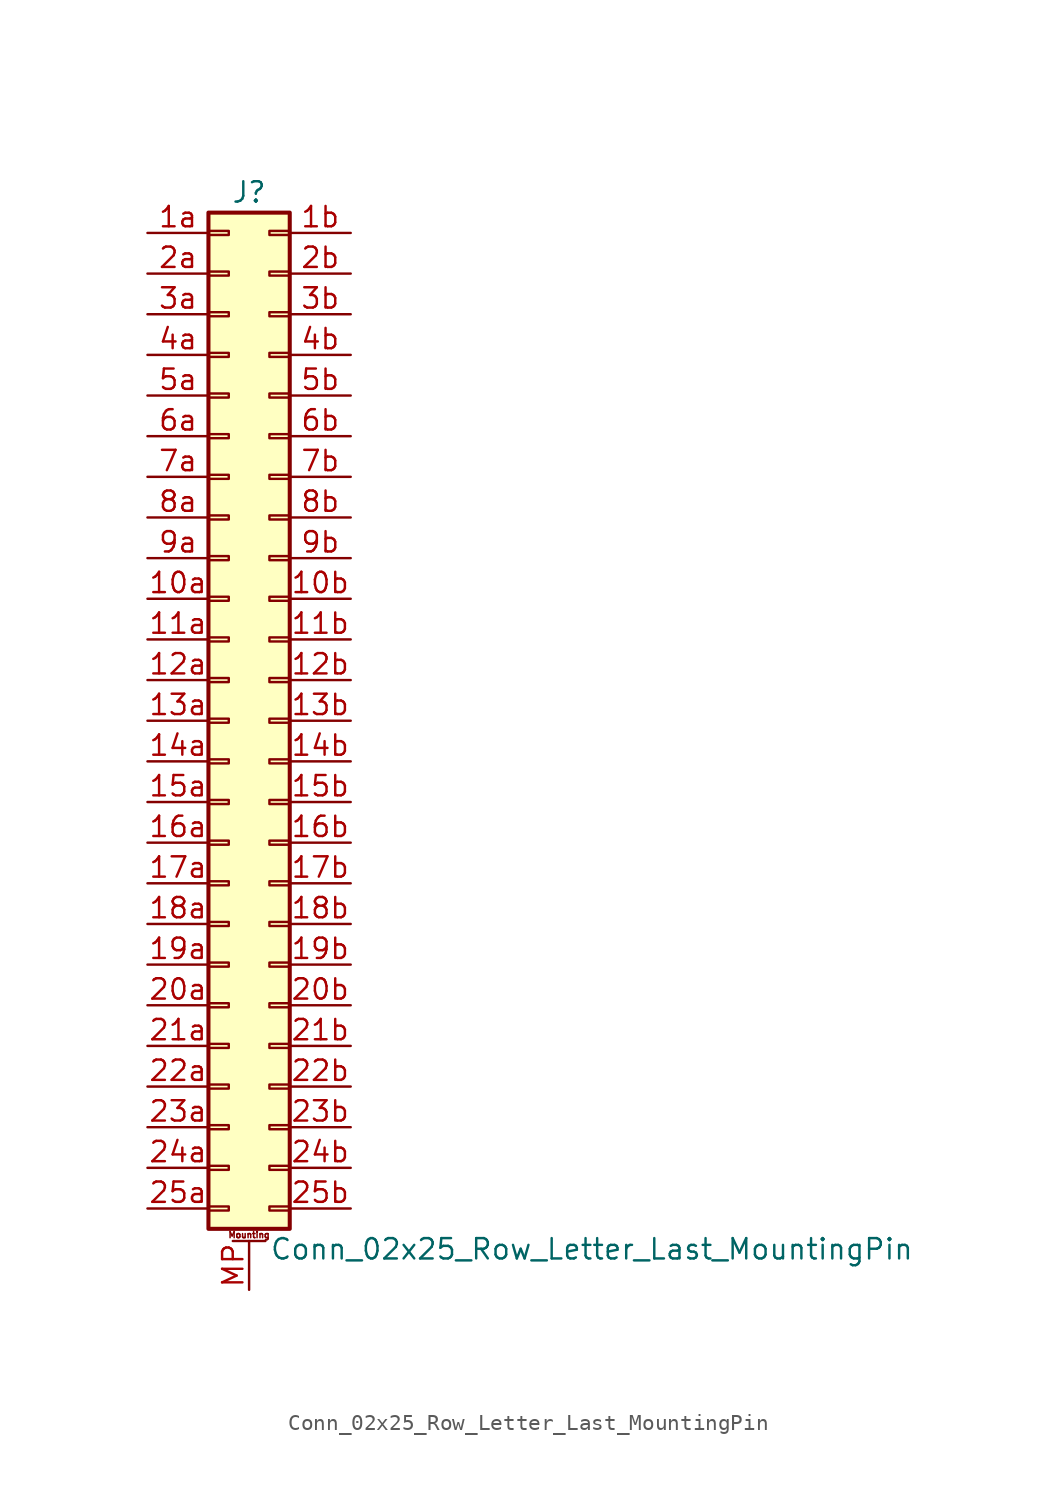
<source format=kicad_sym>
(kicad_symbol_lib
  (version 20201005)
  (generator kicad_symbol_editor)
  (symbol "Connector_Generic_MountingPin:Conn_02x25_Row_Letter_Last_MountingPin"
    (pin_names
      (offset 1.016) hide)
    (property "Reference" "J"
      (at 1.27 33.02 0)
      (effects (font (size 1.27 1.27))))
    (property "Value" "Conn_02x25_Row_Letter_Last_MountingPin"
      (at 2.54 -33.02 0)
      (effects (font (size 1.27 1.27)) (justify left)))
    (symbol "Conn_02x25_Row_Letter_Last_MountingPin_1_1"
      (text "Mounting" (at 1.27 -32.131 0) (effects (font (size 0.381 0.381))))
      (rectangle (start -1.27 -27.813) (end 0 -28.067) (stroke (width 0.152)) (fill (type none)))
      (rectangle (start -1.27 -30.353) (end 0 -30.607) (stroke (width 0.152)) (fill (type none)))
      (rectangle (start -1.27 -4.953) (end 0 -5.207) (stroke (width 0.152)) (fill (type none)))
      (rectangle (start -1.27 -7.493) (end 0 -7.747) (stroke (width 0.152)) (fill (type none)))
      (rectangle (start -1.27 -10.033) (end 0 -10.287) (stroke (width 0.152)) (fill (type none)))
      (rectangle (start -1.27 -12.573) (end 0 -12.827) (stroke (width 0.152)) (fill (type none)))
      (rectangle (start -1.27 -15.113) (end 0 -15.367) (stroke (width 0.152)) (fill (type none)))
      (rectangle (start -1.27 -17.653) (end 0 -17.907) (stroke (width 0.152)) (fill (type none)))
      (rectangle (start -1.27 -20.193) (end 0 -20.447) (stroke (width 0.152)) (fill (type none)))
      (rectangle (start -1.27 -22.733) (end 0 -22.987) (stroke (width 0.152)) (fill (type none)))
      (rectangle (start -1.27 -2.413) (end 0 -2.667) (stroke (width 0.152)) (fill (type none)))
      (rectangle (start -1.27 -25.273) (end 0 -25.527) (stroke (width 0.152)) (fill (type none)))
      (rectangle (start -1.27 25.527) (end 0 25.273) (stroke (width 0.152)) (fill (type none)))
      (rectangle (start -1.27 2.667) (end 0 2.413) (stroke (width 0.152)) (fill (type none)))
      (rectangle (start -1.27 28.067) (end 0 27.813) (stroke (width 0.152)) (fill (type none)))
      (rectangle (start -1.27 30.607) (end 0 30.353) (stroke (width 0.152)) (fill (type none)))
      (rectangle (start -1.27 31.75) (end 3.81 -31.75) (stroke (width 0.254)) (fill (type background)))
      (rectangle (start -1.27 5.207) (end 0 4.953) (stroke (width 0.152)) (fill (type none)))
      (rectangle (start -1.27 7.747) (end 0 7.493) (stroke (width 0.152)) (fill (type none)))
      (rectangle (start -1.27 10.287) (end 0 10.033) (stroke (width 0.152)) (fill (type none)))
      (rectangle (start -1.27 0.127) (end 0 -0.127) (stroke (width 0.152)) (fill (type none)))
      (rectangle (start -1.27 12.827) (end 0 12.573) (stroke (width 0.152)) (fill (type none)))
      (rectangle (start -1.27 15.367) (end 0 15.113) (stroke (width 0.152)) (fill (type none)))
      (rectangle (start -1.27 17.907) (end 0 17.653) (stroke (width 0.152)) (fill (type none)))
      (rectangle (start -1.27 20.447) (end 0 20.193) (stroke (width 0.152)) (fill (type none)))
      (rectangle (start -1.27 22.987) (end 0 22.733) (stroke (width 0.152)) (fill (type none)))
      (rectangle (start 3.81 -27.813) (end 2.54 -28.067) (stroke (width 0.152)) (fill (type none)))
      (rectangle (start 3.81 -30.353) (end 2.54 -30.607) (stroke (width 0.152)) (fill (type none)))
      (rectangle (start 3.81 -4.953) (end 2.54 -5.207) (stroke (width 0.152)) (fill (type none)))
      (rectangle (start 3.81 -7.493) (end 2.54 -7.747) (stroke (width 0.152)) (fill (type none)))
      (rectangle (start 3.81 -10.033) (end 2.54 -10.287) (stroke (width 0.152)) (fill (type none)))
      (rectangle (start 3.81 -12.573) (end 2.54 -12.827) (stroke (width 0.152)) (fill (type none)))
      (rectangle (start 3.81 -15.113) (end 2.54 -15.367) (stroke (width 0.152)) (fill (type none)))
      (rectangle (start 3.81 -17.653) (end 2.54 -17.907) (stroke (width 0.152)) (fill (type none)))
      (rectangle (start 3.81 -20.193) (end 2.54 -20.447) (stroke (width 0.152)) (fill (type none)))
      (rectangle (start 3.81 -22.733) (end 2.54 -22.987) (stroke (width 0.152)) (fill (type none)))
      (rectangle (start 3.81 -2.413) (end 2.54 -2.667) (stroke (width 0.152)) (fill (type none)))
      (rectangle (start 3.81 -25.273) (end 2.54 -25.527) (stroke (width 0.152)) (fill (type none)))
      (rectangle (start 3.81 25.527) (end 2.54 25.273) (stroke (width 0.152)) (fill (type none)))
      (rectangle (start 3.81 2.667) (end 2.54 2.413) (stroke (width 0.152)) (fill (type none)))
      (rectangle (start 3.81 28.067) (end 2.54 27.813) (stroke (width 0.152)) (fill (type none)))
      (rectangle (start 3.81 30.607) (end 2.54 30.353) (stroke (width 0.152)) (fill (type none)))
      (rectangle (start 3.81 5.207) (end 2.54 4.953) (stroke (width 0.152)) (fill (type none)))
      (rectangle (start 3.81 7.747) (end 2.54 7.493) (stroke (width 0.152)) (fill (type none)))
      (rectangle (start 3.81 10.287) (end 2.54 10.033) (stroke (width 0.152)) (fill (type none)))
      (rectangle (start 3.81 0.127) (end 2.54 -0.127) (stroke (width 0.152)) (fill (type none)))
      (rectangle (start 3.81 12.827) (end 2.54 12.573) (stroke (width 0.152)) (fill (type none)))
      (rectangle (start 3.81 15.367) (end 2.54 15.113) (stroke (width 0.152)) (fill (type none)))
      (rectangle (start 3.81 17.907) (end 2.54 17.653) (stroke (width 0.152)) (fill (type none)))
      (rectangle (start 3.81 20.447) (end 2.54 20.193) (stroke (width 0.152)) (fill (type none)))
      (rectangle (start 3.81 22.987) (end 2.54 22.733) (stroke (width 0.152)) (fill (type none)))
      (polyline (pts (xy 0.254 -32.512) (xy 2.286 -32.512)) (stroke (width 0.152)) (fill (type none)))
      (pin passive line (at 1.27 -35.56 90) (length 3.048) (name "MountPin" (effects (font (size 1.27 1.27)))) (number "MP" (effects (font (size 1.27 1.27)))))
      (pin passive line (at -5.08 7.62 0) (length 3.81) (name "Pin_10a" (effects (font (size 1.27 1.27)))) (number "10a" (effects (font (size 1.27 1.27)))))
      (pin passive line (at 7.62 7.62 180) (length 3.81) (name "Pin_10b" (effects (font (size 1.27 1.27)))) (number "10b" (effects (font (size 1.27 1.27)))))
      (pin passive line (at -5.08 5.08 0) (length 3.81) (name "Pin_11a" (effects (font (size 1.27 1.27)))) (number "11a" (effects (font (size 1.27 1.27)))))
      (pin passive line (at 7.62 5.08 180) (length 3.81) (name "Pin_11b" (effects (font (size 1.27 1.27)))) (number "11b" (effects (font (size 1.27 1.27)))))
      (pin passive line (at -5.08 2.54 0) (length 3.81) (name "Pin_12a" (effects (font (size 1.27 1.27)))) (number "12a" (effects (font (size 1.27 1.27)))))
      (pin passive line (at 7.62 2.54 180) (length 3.81) (name "Pin_12b" (effects (font (size 1.27 1.27)))) (number "12b" (effects (font (size 1.27 1.27)))))
      (pin passive line (at -5.08 0 0) (length 3.81) (name "Pin_13a" (effects (font (size 1.27 1.27)))) (number "13a" (effects (font (size 1.27 1.27)))))
      (pin passive line (at 7.62 0 180) (length 3.81) (name "Pin_13b" (effects (font (size 1.27 1.27)))) (number "13b" (effects (font (size 1.27 1.27)))))
      (pin passive line (at -5.08 -2.54 0) (length 3.81) (name "Pin_14a" (effects (font (size 1.27 1.27)))) (number "14a" (effects (font (size 1.27 1.27)))))
      (pin passive line (at 7.62 -2.54 180) (length 3.81) (name "Pin_14b" (effects (font (size 1.27 1.27)))) (number "14b" (effects (font (size 1.27 1.27)))))
      (pin passive line (at -5.08 -5.08 0) (length 3.81) (name "Pin_15a" (effects (font (size 1.27 1.27)))) (number "15a" (effects (font (size 1.27 1.27)))))
      (pin passive line (at 7.62 -5.08 180) (length 3.81) (name "Pin_15b" (effects (font (size 1.27 1.27)))) (number "15b" (effects (font (size 1.27 1.27)))))
      (pin passive line (at -5.08 -7.62 0) (length 3.81) (name "Pin_16a" (effects (font (size 1.27 1.27)))) (number "16a" (effects (font (size 1.27 1.27)))))
      (pin passive line (at 7.62 -7.62 180) (length 3.81) (name "Pin_16b" (effects (font (size 1.27 1.27)))) (number "16b" (effects (font (size 1.27 1.27)))))
      (pin passive line (at -5.08 -10.16 0) (length 3.81) (name "Pin_17a" (effects (font (size 1.27 1.27)))) (number "17a" (effects (font (size 1.27 1.27)))))
      (pin passive line (at 7.62 -10.16 180) (length 3.81) (name "Pin_17b" (effects (font (size 1.27 1.27)))) (number "17b" (effects (font (size 1.27 1.27)))))
      (pin passive line (at -5.08 -12.7 0) (length 3.81) (name "Pin_18a" (effects (font (size 1.27 1.27)))) (number "18a" (effects (font (size 1.27 1.27)))))
      (pin passive line (at 7.62 -12.7 180) (length 3.81) (name "Pin_18b" (effects (font (size 1.27 1.27)))) (number "18b" (effects (font (size 1.27 1.27)))))
      (pin passive line (at -5.08 -15.24 0) (length 3.81) (name "Pin_19a" (effects (font (size 1.27 1.27)))) (number "19a" (effects (font (size 1.27 1.27)))))
      (pin passive line (at 7.62 -15.24 180) (length 3.81) (name "Pin_19b" (effects (font (size 1.27 1.27)))) (number "19b" (effects (font (size 1.27 1.27)))))
      (pin passive line (at -5.08 30.48 0) (length 3.81) (name "Pin_1a" (effects (font (size 1.27 1.27)))) (number "1a" (effects (font (size 1.27 1.27)))))
      (pin passive line (at 7.62 30.48 180) (length 3.81) (name "Pin_1b" (effects (font (size 1.27 1.27)))) (number "1b" (effects (font (size 1.27 1.27)))))
      (pin passive line (at -5.08 -17.78 0) (length 3.81) (name "Pin_20a" (effects (font (size 1.27 1.27)))) (number "20a" (effects (font (size 1.27 1.27)))))
      (pin passive line (at 7.62 -17.78 180) (length 3.81) (name "Pin_20b" (effects (font (size 1.27 1.27)))) (number "20b" (effects (font (size 1.27 1.27)))))
      (pin passive line (at -5.08 -20.32 0) (length 3.81) (name "Pin_21a" (effects (font (size 1.27 1.27)))) (number "21a" (effects (font (size 1.27 1.27)))))
      (pin passive line (at 7.62 -20.32 180) (length 3.81) (name "Pin_21b" (effects (font (size 1.27 1.27)))) (number "21b" (effects (font (size 1.27 1.27)))))
      (pin passive line (at -5.08 -22.86 0) (length 3.81) (name "Pin_22a" (effects (font (size 1.27 1.27)))) (number "22a" (effects (font (size 1.27 1.27)))))
      (pin passive line (at 7.62 -22.86 180) (length 3.81) (name "Pin_22b" (effects (font (size 1.27 1.27)))) (number "22b" (effects (font (size 1.27 1.27)))))
      (pin passive line (at -5.08 -25.4 0) (length 3.81) (name "Pin_23a" (effects (font (size 1.27 1.27)))) (number "23a" (effects (font (size 1.27 1.27)))))
      (pin passive line (at 7.62 -25.4 180) (length 3.81) (name "Pin_23b" (effects (font (size 1.27 1.27)))) (number "23b" (effects (font (size 1.27 1.27)))))
      (pin passive line (at -5.08 -27.94 0) (length 3.81) (name "Pin_24a" (effects (font (size 1.27 1.27)))) (number "24a" (effects (font (size 1.27 1.27)))))
      (pin passive line (at 7.62 -27.94 180) (length 3.81) (name "Pin_24b" (effects (font (size 1.27 1.27)))) (number "24b" (effects (font (size 1.27 1.27)))))
      (pin passive line (at -5.08 -30.48 0) (length 3.81) (name "Pin_25a" (effects (font (size 1.27 1.27)))) (number "25a" (effects (font (size 1.27 1.27)))))
      (pin passive line (at 7.62 -30.48 180) (length 3.81) (name "Pin_25b" (effects (font (size 1.27 1.27)))) (number "25b" (effects (font (size 1.27 1.27)))))
      (pin passive line (at -5.08 27.94 0) (length 3.81) (name "Pin_2a" (effects (font (size 1.27 1.27)))) (number "2a" (effects (font (size 1.27 1.27)))))
      (pin passive line (at 7.62 27.94 180) (length 3.81) (name "Pin_2b" (effects (font (size 1.27 1.27)))) (number "2b" (effects (font (size 1.27 1.27)))))
      (pin passive line (at -5.08 25.4 0) (length 3.81) (name "Pin_3a" (effects (font (size 1.27 1.27)))) (number "3a" (effects (font (size 1.27 1.27)))))
      (pin passive line (at 7.62 25.4 180) (length 3.81) (name "Pin_3b" (effects (font (size 1.27 1.27)))) (number "3b" (effects (font (size 1.27 1.27)))))
      (pin passive line (at -5.08 22.86 0) (length 3.81) (name "Pin_4a" (effects (font (size 1.27 1.27)))) (number "4a" (effects (font (size 1.27 1.27)))))
      (pin passive line (at 7.62 22.86 180) (length 3.81) (name "Pin_4b" (effects (font (size 1.27 1.27)))) (number "4b" (effects (font (size 1.27 1.27)))))
      (pin passive line (at -5.08 20.32 0) (length 3.81) (name "Pin_5a" (effects (font (size 1.27 1.27)))) (number "5a" (effects (font (size 1.27 1.27)))))
      (pin passive line (at 7.62 20.32 180) (length 3.81) (name "Pin_5b" (effects (font (size 1.27 1.27)))) (number "5b" (effects (font (size 1.27 1.27)))))
      (pin passive line (at -5.08 17.78 0) (length 3.81) (name "Pin_6a" (effects (font (size 1.27 1.27)))) (number "6a" (effects (font (size 1.27 1.27)))))
      (pin passive line (at 7.62 17.78 180) (length 3.81) (name "Pin_6b" (effects (font (size 1.27 1.27)))) (number "6b" (effects (font (size 1.27 1.27)))))
      (pin passive line (at -5.08 15.24 0) (length 3.81) (name "Pin_7a" (effects (font (size 1.27 1.27)))) (number "7a" (effects (font (size 1.27 1.27)))))
      (pin passive line (at 7.62 15.24 180) (length 3.81) (name "Pin_7b" (effects (font (size 1.27 1.27)))) (number "7b" (effects (font (size 1.27 1.27)))))
      (pin passive line (at -5.08 12.7 0) (length 3.81) (name "Pin_8a" (effects (font (size 1.27 1.27)))) (number "8a" (effects (font (size 1.27 1.27)))))
      (pin passive line (at 7.62 12.7 180) (length 3.81) (name "Pin_8b" (effects (font (size 1.27 1.27)))) (number "8b" (effects (font (size 1.27 1.27)))))
      (pin passive line (at -5.08 10.16 0) (length 3.81) (name "Pin_9a" (effects (font (size 1.27 1.27)))) (number "9a" (effects (font (size 1.27 1.27)))))
      (pin passive line (at 7.62 10.16 180) (length 3.81) (name "Pin_9b" (effects (font (size 1.27 1.27)))) (number "9b" (effects (font (size 1.27 1.27))))))))
</source>
